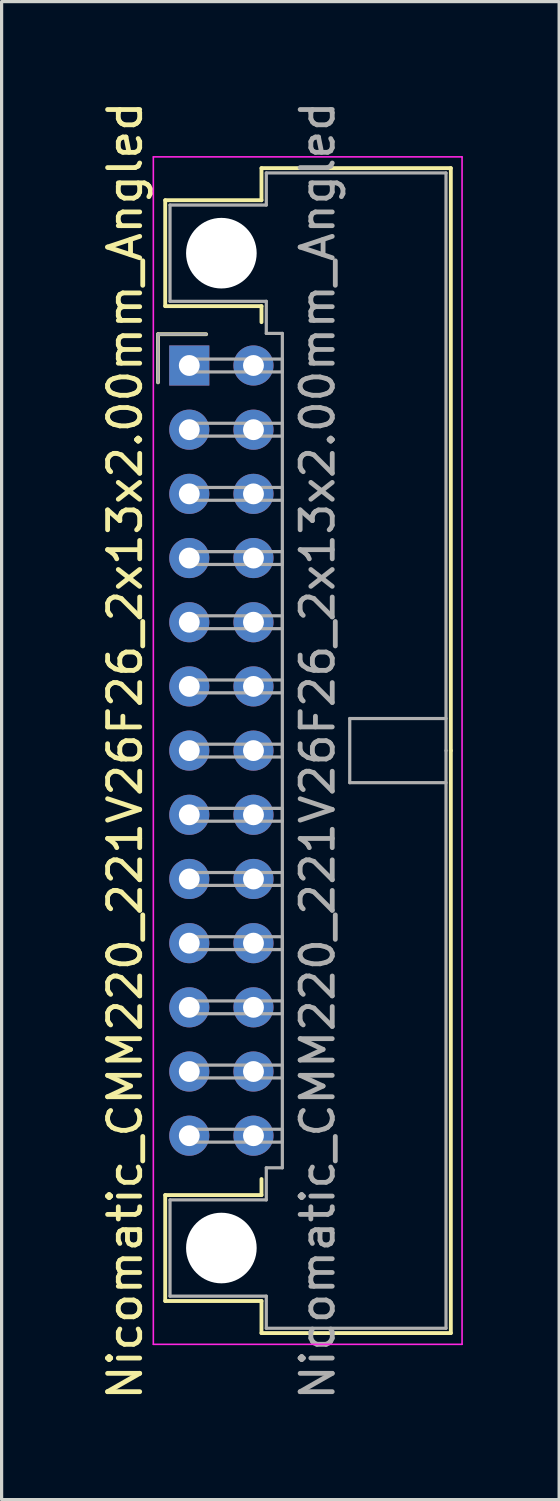
<source format=kicad_pcb>
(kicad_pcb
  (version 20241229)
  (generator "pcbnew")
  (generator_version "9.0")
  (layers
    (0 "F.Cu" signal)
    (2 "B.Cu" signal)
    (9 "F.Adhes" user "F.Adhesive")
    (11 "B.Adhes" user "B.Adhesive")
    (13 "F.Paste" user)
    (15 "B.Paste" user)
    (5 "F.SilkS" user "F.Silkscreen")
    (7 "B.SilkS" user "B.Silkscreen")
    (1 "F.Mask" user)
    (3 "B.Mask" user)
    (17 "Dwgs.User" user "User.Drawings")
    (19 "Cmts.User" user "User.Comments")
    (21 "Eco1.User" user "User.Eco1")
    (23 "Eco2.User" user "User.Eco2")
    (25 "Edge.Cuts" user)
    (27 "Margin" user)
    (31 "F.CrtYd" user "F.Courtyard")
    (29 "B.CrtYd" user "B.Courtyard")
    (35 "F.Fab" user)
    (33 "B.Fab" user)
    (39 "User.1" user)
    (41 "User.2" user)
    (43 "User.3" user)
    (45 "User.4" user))
  (footprint "Nicomatic_CMM220_221V26F26_2x13x2.00mm_Angled"
    (layer "F.Cu")
    (at 2.848 8.339)
    (property "Reference" "Nicomatic_CMM220_221V26F26_2x13x2.00mm_Angled" (at -2 12 90) (layer "F.SilkS") (effects (font (size 1 1) (thickness 0.15))))
    (attr through_hole)
    (fp_line (start -0.975 -0.975) (end -0.975 0.525) (stroke (width 0.12) (type solid)) (layer "F.SilkS"))
    (fp_line (start -0.75 -5.15) (end -0.75 -1.85) (stroke (width 0.12) (type solid)) (layer "F.SilkS"))
    (fp_line (start -0.75 -1.85) (end 2.25 -1.85) (stroke (width 0.12) (type solid)) (layer "F.SilkS"))
    (fp_line (start -0.75 25.85) (end 2.25 25.85) (stroke (width 0.12) (type solid)) (layer "F.SilkS"))
    (fp_line (start -0.75 29.15) (end -0.75 25.85) (stroke (width 0.12) (type solid)) (layer "F.SilkS"))
    (fp_line (start 0.525 -0.975) (end -0.975 -0.975) (stroke (width 0.12) (type solid)) (layer "F.SilkS"))
    (fp_line (start 2.25 -6.15) (end 2.25 -5.15) (stroke (width 0.12) (type solid)) (layer "F.SilkS"))
    (fp_line (start 2.25 -5.15) (end -0.75 -5.15) (stroke (width 0.12) (type solid)) (layer "F.SilkS"))
    (fp_line (start 2.25 -1.85) (end 2.25 -1.35) (stroke (width 0.12) (type solid)) (layer "F.SilkS"))
    (fp_line (start 2.25 25.85) (end 2.25 25.35) (stroke (width 0.12) (type solid)) (layer "F.SilkS"))
    (fp_line (start 2.25 29.15) (end -0.75 29.15) (stroke (width 0.12) (type solid)) (layer "F.SilkS"))
    (fp_line (start 2.25 30.15) (end 2.25 29.15) (stroke (width 0.12) (type solid)) (layer "F.SilkS"))
    (fp_line (start 8.15 -6.15) (end 2.25 -6.15) (stroke (width 0.12) (type solid)) (layer "F.SilkS"))
    (fp_line (start 8.15 12) (end 8.15 -6.15) (stroke (width 0.12) (type solid)) (layer "F.SilkS"))
    (fp_line (start 8.15 12) (end 8.15 30.15) (stroke (width 0.12) (type solid)) (layer "F.SilkS"))
    (fp_line (start 8.15 30.15) (end 2.25 30.15) (stroke (width 0.12) (type solid)) (layer "F.SilkS"))
    (fp_line (start -1.12 -6.5) (end -1.12 30.5) (stroke (width 0.05) (type solid)) (layer "F.CrtYd"))
    (fp_line (start -1.12 30.5) (end 8.5 30.5) (stroke (width 0.05) (type solid)) (layer "F.CrtYd"))
    (fp_line (start 8.5 -6.5) (end -1.12 -6.5) (stroke (width 0.05) (type solid)) (layer "F.CrtYd"))
    (fp_line (start 8.5 30.5) (end 8.5 -6.5) (stroke (width 0.05) (type solid)) (layer "F.CrtYd"))
    (fp_line (start -0.975 -0.975) (end -0.975 0.525) (stroke (width 0.1) (type solid)) (layer "F.Fab"))
    (fp_line (start -0.6 -5) (end -0.6 -2) (stroke (width 0.1) (type solid)) (layer "F.Fab"))
    (fp_line (start -0.6 -2) (end 2.4 -2) (stroke (width 0.1) (type solid)) (layer "F.Fab"))
    (fp_line (start -0.6 26) (end 2.4 26) (stroke (width 0.1) (type solid)) (layer "F.Fab"))
    (fp_line (start -0.6 29) (end -0.6 26) (stroke (width 0.1) (type solid)) (layer "F.Fab"))
    (fp_line (start 0 -0.2) (end 0 0.2) (stroke (width 0.1) (type solid)) (layer "F.Fab"))
    (fp_line (start 0 0.2) (end 2.9 0.2) (stroke (width 0.1) (type solid)) (layer "F.Fab"))
    (fp_line (start 0 1.8) (end 0 2.2) (stroke (width 0.1) (type solid)) (layer "F.Fab"))
    (fp_line (start 0 2.2) (end 2.9 2.2) (stroke (width 0.1) (type solid)) (layer "F.Fab"))
    (fp_line (start 0 3.8) (end 0 4.2) (stroke (width 0.1) (type solid)) (layer "F.Fab"))
    (fp_line (start 0 4.2) (end 2.9 4.2) (stroke (width 0.1) (type solid)) (layer "F.Fab"))
    (fp_line (start 0 5.8) (end 0 6.2) (stroke (width 0.1) (type solid)) (layer "F.Fab"))
    (fp_line (start 0 6.2) (end 2.9 6.2) (stroke (width 0.1) (type solid)) (layer "F.Fab"))
    (fp_line (start 0 7.8) (end 0 8.2) (stroke (width 0.1) (type solid)) (layer "F.Fab"))
    (fp_line (start 0 8.2) (end 2.9 8.2) (stroke (width 0.1) (type solid)) (layer "F.Fab"))
    (fp_line (start 0 9.8) (end 0 10.2) (stroke (width 0.1) (type solid)) (layer "F.Fab"))
    (fp_line (start 0 10.2) (end 2.9 10.2) (stroke (width 0.1) (type solid)) (layer "F.Fab"))
    (fp_line (start 0 11.8) (end 0 12.2) (stroke (width 0.1) (type solid)) (layer "F.Fab"))
    (fp_line (start 0 12.2) (end 2.9 12.2) (stroke (width 0.1) (type solid)) (layer "F.Fab"))
    (fp_line (start 0 13.8) (end 0 14.2) (stroke (width 0.1) (type solid)) (layer "F.Fab"))
    (fp_line (start 0 14.2) (end 2.9 14.2) (stroke (width 0.1) (type solid)) (layer "F.Fab"))
    (fp_line (start 0 15.8) (end 0 16.2) (stroke (width 0.1) (type solid)) (layer "F.Fab"))
    (fp_line (start 0 16.2) (end 2.9 16.2) (stroke (width 0.1) (type solid)) (layer "F.Fab"))
    (fp_line (start 0 17.8) (end 0 18.2) (stroke (width 0.1) (type solid)) (layer "F.Fab"))
    (fp_line (start 0 18.2) (end 2.9 18.2) (stroke (width 0.1) (type solid)) (layer "F.Fab"))
    (fp_line (start 0 19.8) (end 0 20.2) (stroke (width 0.1) (type solid)) (layer "F.Fab"))
    (fp_line (start 0 20.2) (end 2.9 20.2) (stroke (width 0.1) (type solid)) (layer "F.Fab"))
    (fp_line (start 0 21.8) (end 0 22.2) (stroke (width 0.1) (type solid)) (layer "F.Fab"))
    (fp_line (start 0 22.2) (end 2.9 22.2) (stroke (width 0.1) (type solid)) (layer "F.Fab"))
    (fp_line (start 0 23.8) (end 0 24.2) (stroke (width 0.1) (type solid)) (layer "F.Fab"))
    (fp_line (start 0 24.2) (end 2.9 24.2) (stroke (width 0.1) (type solid)) (layer "F.Fab"))
    (fp_line (start 0.525 -0.975) (end -0.975 -0.975) (stroke (width 0.1) (type solid)) (layer "F.Fab"))
    (fp_line (start 2.4 -6) (end 2.4 -5) (stroke (width 0.1) (type solid)) (layer "F.Fab"))
    (fp_line (start 2.4 -5) (end -0.6 -5) (stroke (width 0.1) (type solid)) (layer "F.Fab"))
    (fp_line (start 2.4 -2) (end 2.4 -1) (stroke (width 0.1) (type solid)) (layer "F.Fab"))
    (fp_line (start 2.4 -1) (end 2.9 -1) (stroke (width 0.1) (type solid)) (layer "F.Fab"))
    (fp_line (start 2.4 25) (end 2.9 25) (stroke (width 0.1) (type solid)) (layer "F.Fab"))
    (fp_line (start 2.4 26) (end 2.4 25) (stroke (width 0.1) (type solid)) (layer "F.Fab"))
    (fp_line (start 2.4 29) (end -0.6 29) (stroke (width 0.1) (type solid)) (layer "F.Fab"))
    (fp_line (start 2.4 30) (end 2.4 29) (stroke (width 0.1) (type solid)) (layer "F.Fab"))
    (fp_line (start 2.9 -1) (end 2.9 12) (stroke (width 0.1) (type solid)) (layer "F.Fab"))
    (fp_line (start 2.9 -0.2) (end 0 -0.2) (stroke (width 0.1) (type solid)) (layer "F.Fab"))
    (fp_line (start 2.9 0.2) (end 2.9 -0.2) (stroke (width 0.1) (type solid)) (layer "F.Fab"))
    (fp_line (start 2.9 1.8) (end 0 1.8) (stroke (width 0.1) (type solid)) (layer "F.Fab"))
    (fp_line (start 2.9 2.2) (end 2.9 1.8) (stroke (width 0.1) (type solid)) (layer "F.Fab"))
    (fp_line (start 2.9 3.8) (end 0 3.8) (stroke (width 0.1) (type solid)) (layer "F.Fab"))
    (fp_line (start 2.9 4.2) (end 2.9 3.8) (stroke (width 0.1) (type solid)) (layer "F.Fab"))
    (fp_line (start 2.9 5.8) (end 0 5.8) (stroke (width 0.1) (type solid)) (layer "F.Fab"))
    (fp_line (start 2.9 6.2) (end 2.9 5.8) (stroke (width 0.1) (type solid)) (layer "F.Fab"))
    (fp_line (start 2.9 7.8) (end 0 7.8) (stroke (width 0.1) (type solid)) (layer "F.Fab"))
    (fp_line (start 2.9 8.2) (end 2.9 7.8) (stroke (width 0.1) (type solid)) (layer "F.Fab"))
    (fp_line (start 2.9 9.8) (end 0 9.8) (stroke (width 0.1) (type solid)) (layer "F.Fab"))
    (fp_line (start 2.9 10.2) (end 2.9 9.8) (stroke (width 0.1) (type solid)) (layer "F.Fab"))
    (fp_line (start 2.9 11.8) (end 0 11.8) (stroke (width 0.1) (type solid)) (layer "F.Fab"))
    (fp_line (start 2.9 12.2) (end 2.9 11.8) (stroke (width 0.1) (type solid)) (layer "F.Fab"))
    (fp_line (start 2.9 13.8) (end 0 13.8) (stroke (width 0.1) (type solid)) (layer "F.Fab"))
    (fp_line (start 2.9 14.2) (end 2.9 13.8) (stroke (width 0.1) (type solid)) (layer "F.Fab"))
    (fp_line (start 2.9 15.8) (end 0 15.8) (stroke (width 0.1) (type solid)) (layer "F.Fab"))
    (fp_line (start 2.9 16.2) (end 2.9 15.8) (stroke (width 0.1) (type solid)) (layer "F.Fab"))
    (fp_line (start 2.9 17.8) (end 0 17.8) (stroke (width 0.1) (type solid)) (layer "F.Fab"))
    (fp_line (start 2.9 18.2) (end 2.9 17.8) (stroke (width 0.1) (type solid)) (layer "F.Fab"))
    (fp_line (start 2.9 19.8) (end 0 19.8) (stroke (width 0.1) (type solid)) (layer "F.Fab"))
    (fp_line (start 2.9 20.2) (end 2.9 19.8) (stroke (width 0.1) (type solid)) (layer "F.Fab"))
    (fp_line (start 2.9 21.8) (end 0 21.8) (stroke (width 0.1) (type solid)) (layer "F.Fab"))
    (fp_line (start 2.9 22.2) (end 2.9 21.8) (stroke (width 0.1) (type solid)) (layer "F.Fab"))
    (fp_line (start 2.9 23.8) (end 0 23.8) (stroke (width 0.1) (type solid)) (layer "F.Fab"))
    (fp_line (start 2.9 24.2) (end 2.9 23.8) (stroke (width 0.1) (type solid)) (layer "F.Fab"))
    (fp_line (start 2.9 25) (end 2.9 12) (stroke (width 0.1) (type solid)) (layer "F.Fab"))
    (fp_line (start 5 11) (end 5 13) (stroke (width 0.1) (type solid)) (layer "F.Fab"))
    (fp_line (start 5 13) (end 8 13) (stroke (width 0.1) (type solid)) (layer "F.Fab"))
    (fp_line (start 8 -6) (end 2.4 -6) (stroke (width 0.1) (type solid)) (layer "F.Fab"))
    (fp_line (start 8 11) (end 5 11) (stroke (width 0.1) (type solid)) (layer "F.Fab"))
    (fp_line (start 8 12) (end 8 -6) (stroke (width 0.1) (type solid)) (layer "F.Fab"))
    (fp_line (start 8 12) (end 8 30) (stroke (width 0.1) (type solid)) (layer "F.Fab"))
    (fp_line (start 8 30) (end 2.4 30) (stroke (width 0.1) (type solid)) (layer "F.Fab"))
    (fp_text user "${REFERENCE}" (at 4 12 90) (layer "F.Fab") (effects (font (size 1 1) (thickness 0.15))))
    (pad "" np_thru_hole circle (at 1 -3.5) (size 2.2 2.2) (drill 2.2) (layers "*.Cu" "*.Mask"))
    (pad "" np_thru_hole circle (at 1 27.5) (size 2.2 2.2) (drill 2.2) (layers "*.Cu" "*.Mask"))
    (pad "1" thru_hole rect (at 0 0) (size 1.25 1.25) (drill 0.65) (layers "*.Cu" "*.Mask"))
    (pad "2" thru_hole oval (at 0 2) (size 1.25 1.25) (drill 0.65) (layers "*.Cu" "*.Mask"))
    (pad "3" thru_hole oval (at 0 4) (size 1.25 1.25) (drill 0.65) (layers "*.Cu" "*.Mask"))
    (pad "4" thru_hole oval (at 0 6) (size 1.25 1.25) (drill 0.65) (layers "*.Cu" "*.Mask"))
    (pad "5" thru_hole oval (at 0 8) (size 1.25 1.25) (drill 0.65) (layers "*.Cu" "*.Mask"))
    (pad "6" thru_hole oval (at 0 10) (size 1.25 1.25) (drill 0.65) (layers "*.Cu" "*.Mask"))
    (pad "7" thru_hole oval (at 0 12) (size 1.25 1.25) (drill 0.65) (layers "*.Cu" "*.Mask"))
    (pad "8" thru_hole oval (at 0 14) (size 1.25 1.25) (drill 0.65) (layers "*.Cu" "*.Mask"))
    (pad "9" thru_hole oval (at 0 16) (size 1.25 1.25) (drill 0.65) (layers "*.Cu" "*.Mask"))
    (pad "10" thru_hole oval (at 0 18) (size 1.25 1.25) (drill 0.65) (layers "*.Cu" "*.Mask"))
    (pad "11" thru_hole oval (at 0 20) (size 1.25 1.25) (drill 0.65) (layers "*.Cu" "*.Mask"))
    (pad "12" thru_hole oval (at 0 22) (size 1.25 1.25) (drill 0.65) (layers "*.Cu" "*.Mask"))
    (pad "13" thru_hole oval (at 0 24) (size 1.25 1.25) (drill 0.65) (layers "*.Cu" "*.Mask"))
    (pad "14" thru_hole oval (at 2 0) (size 1.25 1.25) (drill 0.65) (layers "*.Cu" "*.Mask"))
    (pad "15" thru_hole oval (at 2 2) (size 1.25 1.25) (drill 0.65) (layers "*.Cu" "*.Mask"))
    (pad "16" thru_hole oval (at 2 4) (size 1.25 1.25) (drill 0.65) (layers "*.Cu" "*.Mask"))
    (pad "17" thru_hole oval (at 2 6) (size 1.25 1.25) (drill 0.65) (layers "*.Cu" "*.Mask"))
    (pad "18" thru_hole oval (at 2 8) (size 1.25 1.25) (drill 0.65) (layers "*.Cu" "*.Mask"))
    (pad "19" thru_hole oval (at 2 10) (size 1.25 1.25) (drill 0.65) (layers "*.Cu" "*.Mask"))
    (pad "20" thru_hole oval (at 2 12) (size 1.25 1.25) (drill 0.65) (layers "*.Cu" "*.Mask"))
    (pad "21" thru_hole oval (at 2 14) (size 1.25 1.25) (drill 0.65) (layers "*.Cu" "*.Mask"))
    (pad "22" thru_hole oval (at 2 16) (size 1.25 1.25) (drill 0.65) (layers "*.Cu" "*.Mask"))
    (pad "23" thru_hole oval (at 2 18) (size 1.25 1.25) (drill 0.65) (layers "*.Cu" "*.Mask"))
    (pad "24" thru_hole oval (at 2 20) (size 1.25 1.25) (drill 0.65) (layers "*.Cu" "*.Mask"))
    (pad "25" thru_hole oval (at 2 22) (size 1.25 1.25) (drill 0.65) (layers "*.Cu" "*.Mask"))
    (pad "26" thru_hole oval (at 2 24) (size 1.25 1.25) (drill 0.65) (layers "*.Cu" "*.Mask")))
  (gr_rect
    (start -3 -3)
    (end 14.373 43.679)
    (stroke (width 0.1) (type default))
    (fill no)
    (layer "Edge.Cuts")))
</source>
